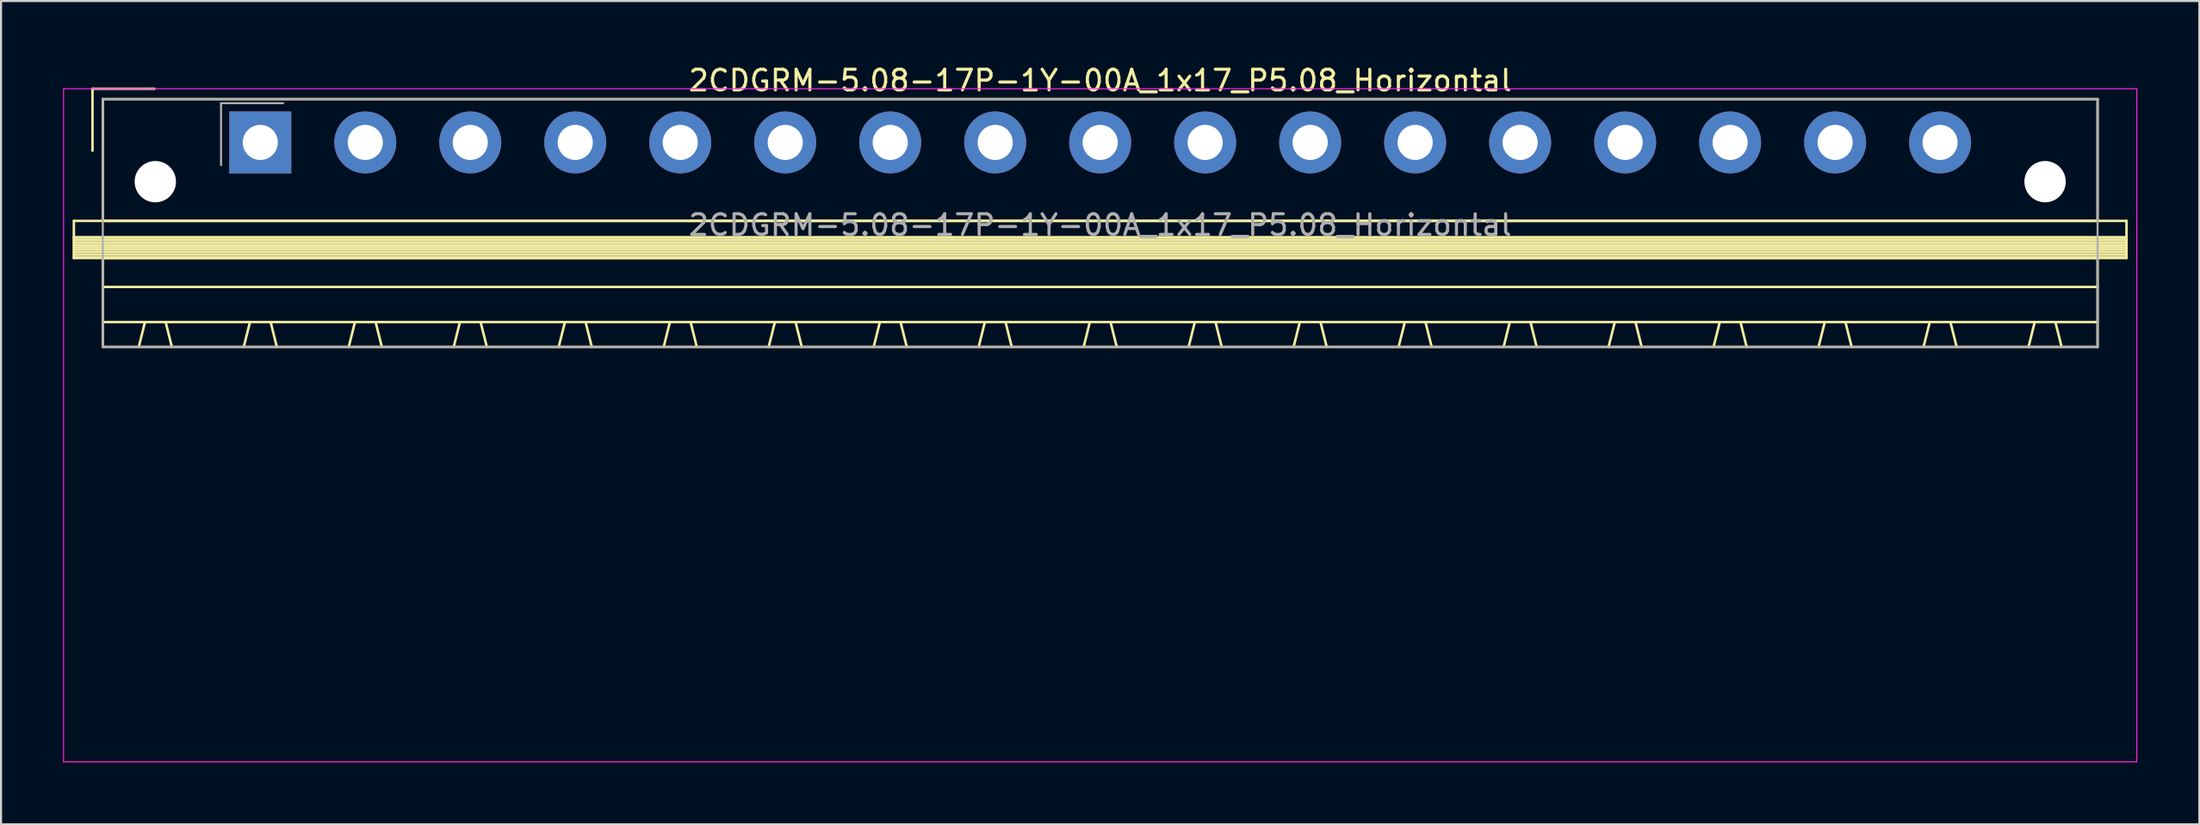
<source format=kicad_pcb>
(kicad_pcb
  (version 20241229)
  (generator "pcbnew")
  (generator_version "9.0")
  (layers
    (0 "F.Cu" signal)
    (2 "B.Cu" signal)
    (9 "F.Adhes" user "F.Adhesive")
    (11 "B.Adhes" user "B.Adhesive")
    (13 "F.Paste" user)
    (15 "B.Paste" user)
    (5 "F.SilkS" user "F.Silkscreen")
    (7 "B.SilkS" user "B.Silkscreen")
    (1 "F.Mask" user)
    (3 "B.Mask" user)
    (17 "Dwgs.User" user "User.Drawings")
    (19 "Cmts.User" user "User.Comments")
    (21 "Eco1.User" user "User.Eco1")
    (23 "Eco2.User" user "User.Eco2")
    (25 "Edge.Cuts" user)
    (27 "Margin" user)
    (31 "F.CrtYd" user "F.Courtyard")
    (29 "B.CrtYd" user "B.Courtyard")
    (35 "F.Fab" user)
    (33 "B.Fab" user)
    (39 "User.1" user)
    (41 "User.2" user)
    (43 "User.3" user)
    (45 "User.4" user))
  (footprint "2CDGRM-5.08-17P-1Y-00A_1x17_P5.08_Horizontal"
    (layer "F.Cu")
    (at 9.545 3.848)
    (property "Reference" "2CDGRM-5.08-17P-1Y-00A_1x17_P5.08_Horizontal" (at 40.64 -3 0) (layer "F.SilkS") (effects (font (size 1 1) (thickness 0.15))))
    (attr through_hole)
    (fp_line (start -9.02 3.8) (end -9.02 4.6) (stroke (width 0.12) (type solid)) (layer "F.SilkS"))
    (fp_line (start -9.02 4.6) (end -9.02 5.6) (stroke (width 0.12) (type solid)) (layer "F.SilkS"))
    (fp_line (start -9.02 4.6) (end 90.3 4.6) (stroke (width 0.12) (type solid)) (layer "F.SilkS"))
    (fp_line (start -9.02 4.72) (end 90.3 4.72) (stroke (width 0.12) (type solid)) (layer "F.SilkS"))
    (fp_line (start -9.02 4.84) (end 90.3 4.84) (stroke (width 0.12) (type solid)) (layer "F.SilkS"))
    (fp_line (start -9.02 4.96) (end 90.3 4.96) (stroke (width 0.12) (type solid)) (layer "F.SilkS"))
    (fp_line (start -9.02 5.08) (end 90.3 5.08) (stroke (width 0.12) (type solid)) (layer "F.SilkS"))
    (fp_line (start -9.02 5.2) (end 90.3 5.2) (stroke (width 0.12) (type solid)) (layer "F.SilkS"))
    (fp_line (start -9.02 5.32) (end 90.3 5.32) (stroke (width 0.12) (type solid)) (layer "F.SilkS"))
    (fp_line (start -9.02 5.44) (end 90.3 5.44) (stroke (width 0.12) (type solid)) (layer "F.SilkS"))
    (fp_line (start -9.02 5.56) (end 90.3 5.56) (stroke (width 0.12) (type solid)) (layer "F.SilkS"))
    (fp_line (start -9.02 5.6) (end 90.3 5.6) (stroke (width 0.12) (type solid)) (layer "F.SilkS"))
    (fp_line (start -8.12 -2.6) (end -8.12 0.4) (stroke (width 0.12) (type solid)) (layer "F.SilkS"))
    (fp_line (start -8.12 -2.6) (end -5.12 -2.6) (stroke (width 0.12) (type solid)) (layer "F.SilkS"))
    (fp_line (start -7.62 -2.1) (end -7.62 3.8) (stroke (width 0.12) (type solid)) (layer "F.SilkS"))
    (fp_line (start -7.62 3.8) (end 88.9 3.8) (stroke (width 0.12) (type solid)) (layer "F.SilkS"))
    (fp_line (start -7.62 5.6) (end -7.62 9.9) (stroke (width 0.12) (type solid)) (layer "F.SilkS"))
    (fp_line (start -7.62 7) (end 88.9 7) (stroke (width 0.12) (type solid)) (layer "F.SilkS"))
    (fp_line (start -7.62 8.7) (end 88.9 8.7) (stroke (width 0.12) (type solid)) (layer "F.SilkS"))
    (fp_line (start -7.62 9.9) (end 88.9 9.9) (stroke (width 0.12) (type solid)) (layer "F.SilkS"))
    (fp_line (start -5.58 8.7) (end -5.88 9.9) (stroke (width 0.12) (type solid)) (layer "F.SilkS"))
    (fp_line (start -4.58 8.7) (end -4.28 9.9) (stroke (width 0.12) (type solid)) (layer "F.SilkS"))
    (fp_line (start -0.5 8.7) (end -0.8 9.9) (stroke (width 0.12) (type solid)) (layer "F.SilkS"))
    (fp_line (start 0.5 8.7) (end 0.8 9.9) (stroke (width 0.12) (type solid)) (layer "F.SilkS"))
    (fp_line (start 4.58 8.7) (end 4.28 9.9) (stroke (width 0.12) (type solid)) (layer "F.SilkS"))
    (fp_line (start 5.58 8.7) (end 5.88 9.9) (stroke (width 0.12) (type solid)) (layer "F.SilkS"))
    (fp_line (start 9.66 8.7) (end 9.36 9.9) (stroke (width 0.12) (type solid)) (layer "F.SilkS"))
    (fp_line (start 10.66 8.7) (end 10.96 9.9) (stroke (width 0.12) (type solid)) (layer "F.SilkS"))
    (fp_line (start 14.74 8.7) (end 14.44 9.9) (stroke (width 0.12) (type solid)) (layer "F.SilkS"))
    (fp_line (start 15.74 8.7) (end 16.04 9.9) (stroke (width 0.12) (type solid)) (layer "F.SilkS"))
    (fp_line (start 19.82 8.7) (end 19.52 9.9) (stroke (width 0.12) (type solid)) (layer "F.SilkS"))
    (fp_line (start 20.82 8.7) (end 21.12 9.9) (stroke (width 0.12) (type solid)) (layer "F.SilkS"))
    (fp_line (start 24.9 8.7) (end 24.6 9.9) (stroke (width 0.12) (type solid)) (layer "F.SilkS"))
    (fp_line (start 25.9 8.7) (end 26.2 9.9) (stroke (width 0.12) (type solid)) (layer "F.SilkS"))
    (fp_line (start 29.98 8.7) (end 29.68 9.9) (stroke (width 0.12) (type solid)) (layer "F.SilkS"))
    (fp_line (start 30.98 8.7) (end 31.28 9.9) (stroke (width 0.12) (type solid)) (layer "F.SilkS"))
    (fp_line (start 35.06 8.7) (end 34.76 9.9) (stroke (width 0.12) (type solid)) (layer "F.SilkS"))
    (fp_line (start 36.06 8.7) (end 36.36 9.9) (stroke (width 0.12) (type solid)) (layer "F.SilkS"))
    (fp_line (start 40.14 8.7) (end 39.84 9.9) (stroke (width 0.12) (type solid)) (layer "F.SilkS"))
    (fp_line (start 41.14 8.7) (end 41.44 9.9) (stroke (width 0.12) (type solid)) (layer "F.SilkS"))
    (fp_line (start 45.22 8.7) (end 44.92 9.9) (stroke (width 0.12) (type solid)) (layer "F.SilkS"))
    (fp_line (start 46.22 8.7) (end 46.52 9.9) (stroke (width 0.12) (type solid)) (layer "F.SilkS"))
    (fp_line (start 50.3 8.7) (end 50 9.9) (stroke (width 0.12) (type solid)) (layer "F.SilkS"))
    (fp_line (start 51.3 8.7) (end 51.6 9.9) (stroke (width 0.12) (type solid)) (layer "F.SilkS"))
    (fp_line (start 55.38 8.7) (end 55.08 9.9) (stroke (width 0.12) (type solid)) (layer "F.SilkS"))
    (fp_line (start 56.38 8.7) (end 56.68 9.9) (stroke (width 0.12) (type solid)) (layer "F.SilkS"))
    (fp_line (start 60.46 8.7) (end 60.16 9.9) (stroke (width 0.12) (type solid)) (layer "F.SilkS"))
    (fp_line (start 61.46 8.7) (end 61.76 9.9) (stroke (width 0.12) (type solid)) (layer "F.SilkS"))
    (fp_line (start 65.54 8.7) (end 65.24 9.9) (stroke (width 0.12) (type solid)) (layer "F.SilkS"))
    (fp_line (start 66.54 8.7) (end 66.84 9.9) (stroke (width 0.12) (type solid)) (layer "F.SilkS"))
    (fp_line (start 70.62 8.7) (end 70.32 9.9) (stroke (width 0.12) (type solid)) (layer "F.SilkS"))
    (fp_line (start 71.62 8.7) (end 71.92 9.9) (stroke (width 0.12) (type solid)) (layer "F.SilkS"))
    (fp_line (start 75.7 8.7) (end 75.4 9.9) (stroke (width 0.12) (type solid)) (layer "F.SilkS"))
    (fp_line (start 76.7 8.7) (end 77 9.9) (stroke (width 0.12) (type solid)) (layer "F.SilkS"))
    (fp_line (start 80.78 8.7) (end 80.48 9.9) (stroke (width 0.12) (type solid)) (layer "F.SilkS"))
    (fp_line (start 81.78 8.7) (end 82.08 9.9) (stroke (width 0.12) (type solid)) (layer "F.SilkS"))
    (fp_line (start 85.86 8.7) (end 85.56 9.9) (stroke (width 0.12) (type solid)) (layer "F.SilkS"))
    (fp_line (start 86.86 8.7) (end 87.16 9.9) (stroke (width 0.12) (type solid)) (layer "F.SilkS"))
    (fp_line (start 88.9 -2.1) (end -7.62 -2.1) (stroke (width 0.12) (type solid)) (layer "F.SilkS"))
    (fp_line (start 88.9 3.8) (end 88.9 -2.1) (stroke (width 0.12) (type solid)) (layer "F.SilkS"))
    (fp_line (start 88.9 5.6) (end -7.62 5.6) (stroke (width 0.12) (type solid)) (layer "F.SilkS"))
    (fp_line (start 88.9 9.9) (end 88.9 5.6) (stroke (width 0.12) (type solid)) (layer "F.SilkS"))
    (fp_line (start 90.3 3.8) (end -9.02 3.8) (stroke (width 0.12) (type solid)) (layer "F.SilkS"))
    (fp_line (start 90.3 4.6) (end -9.02 4.6) (stroke (width 0.12) (type solid)) (layer "F.SilkS"))
    (fp_line (start 90.3 4.6) (end 90.3 3.8) (stroke (width 0.12) (type solid)) (layer "F.SilkS"))
    (fp_line (start 90.3 5.6) (end 90.3 4.6) (stroke (width 0.12) (type solid)) (layer "F.SilkS"))
    (fp_line (start -9.52 -2.6) (end -9.52 30) (stroke (width 0.05) (type solid)) (layer "F.CrtYd"))
    (fp_line (start -9.52 30) (end 90.8 30) (stroke (width 0.05) (type solid)) (layer "F.CrtYd"))
    (fp_line (start 90.8 -2.6) (end -9.52 -2.6) (stroke (width 0.05) (type solid)) (layer "F.CrtYd"))
    (fp_line (start 90.8 30) (end 90.8 -2.6) (stroke (width 0.05) (type solid)) (layer "F.CrtYd"))
    (fp_line (start -7.62 -2.1) (end -7.62 9.9) (stroke (width 0.1) (type solid)) (layer "F.Fab"))
    (fp_line (start -7.62 9.9) (end 88.9 9.9) (stroke (width 0.1) (type solid)) (layer "F.Fab"))
    (fp_line (start -1.9 -1.9) (end -1.9 1.1) (stroke (width 0.1) (type solid)) (layer "F.Fab"))
    (fp_line (start -1.9 -1.9) (end 1.1 -1.9) (stroke (width 0.1) (type solid)) (layer "F.Fab"))
    (fp_line (start 88.9 -2.1) (end -7.62 -2.1) (stroke (width 0.1) (type solid)) (layer "F.Fab"))
    (fp_line (start 88.9 9.9) (end 88.9 -2.1) (stroke (width 0.1) (type solid)) (layer "F.Fab"))
    (fp_text user "${REFERENCE}" (at 40.64 4 0) (layer "F.Fab") (effects (font (size 1 1) (thickness 0.15))))
    (pad "" np_thru_hole circle (at -5.08 1.9) (size 2 2) (drill 2) (layers "*.Cu" "*.Mask"))
    (pad "" np_thru_hole circle (at 86.36 1.9) (size 2 2) (drill 2) (layers "*.Cu" "*.Mask"))
    (pad "1" thru_hole rect (at 0 0) (size 3 3) (drill 1.7) (layers "*.Cu" "*.Mask"))
    (pad "2" thru_hole circle (at 5.08 0) (size 3 3) (drill 1.7) (layers "*.Cu" "*.Mask"))
    (pad "3" thru_hole circle (at 10.16 0) (size 3 3) (drill 1.7) (layers "*.Cu" "*.Mask"))
    (pad "4" thru_hole circle (at 15.24 0) (size 3 3) (drill 1.7) (layers "*.Cu" "*.Mask"))
    (pad "5" thru_hole circle (at 20.32 0) (size 3 3) (drill 1.7) (layers "*.Cu" "*.Mask"))
    (pad "6" thru_hole circle (at 25.4 0) (size 3 3) (drill 1.7) (layers "*.Cu" "*.Mask"))
    (pad "7" thru_hole circle (at 30.48 0) (size 3 3) (drill 1.7) (layers "*.Cu" "*.Mask"))
    (pad "8" thru_hole circle (at 35.56 0) (size 3 3) (drill 1.7) (layers "*.Cu" "*.Mask"))
    (pad "9" thru_hole circle (at 40.64 0) (size 3 3) (drill 1.7) (layers "*.Cu" "*.Mask"))
    (pad "10" thru_hole circle (at 45.72 0) (size 3 3) (drill 1.7) (layers "*.Cu" "*.Mask"))
    (pad "11" thru_hole circle (at 50.8 0) (size 3 3) (drill 1.7) (layers "*.Cu" "*.Mask"))
    (pad "12" thru_hole circle (at 55.88 0) (size 3 3) (drill 1.7) (layers "*.Cu" "*.Mask"))
    (pad "13" thru_hole circle (at 60.96 0) (size 3 3) (drill 1.7) (layers "*.Cu" "*.Mask"))
    (pad "14" thru_hole circle (at 66.04 0) (size 3 3) (drill 1.7) (layers "*.Cu" "*.Mask"))
    (pad "15" thru_hole circle (at 71.12 0) (size 3 3) (drill 1.7) (layers "*.Cu" "*.Mask"))
    (pad "16" thru_hole circle (at 76.2 0) (size 3 3) (drill 1.7) (layers "*.Cu" "*.Mask"))
    (pad "17" thru_hole circle (at 81.28 0) (size 3 3) (drill 1.7) (layers "*.Cu" "*.Mask")))
  (gr_rect
    (start -3 -3)
    (end 103.37 36.873)
    (stroke (width 0.1) (type default))
    (fill no)
    (layer "Edge.Cuts")))
</source>
